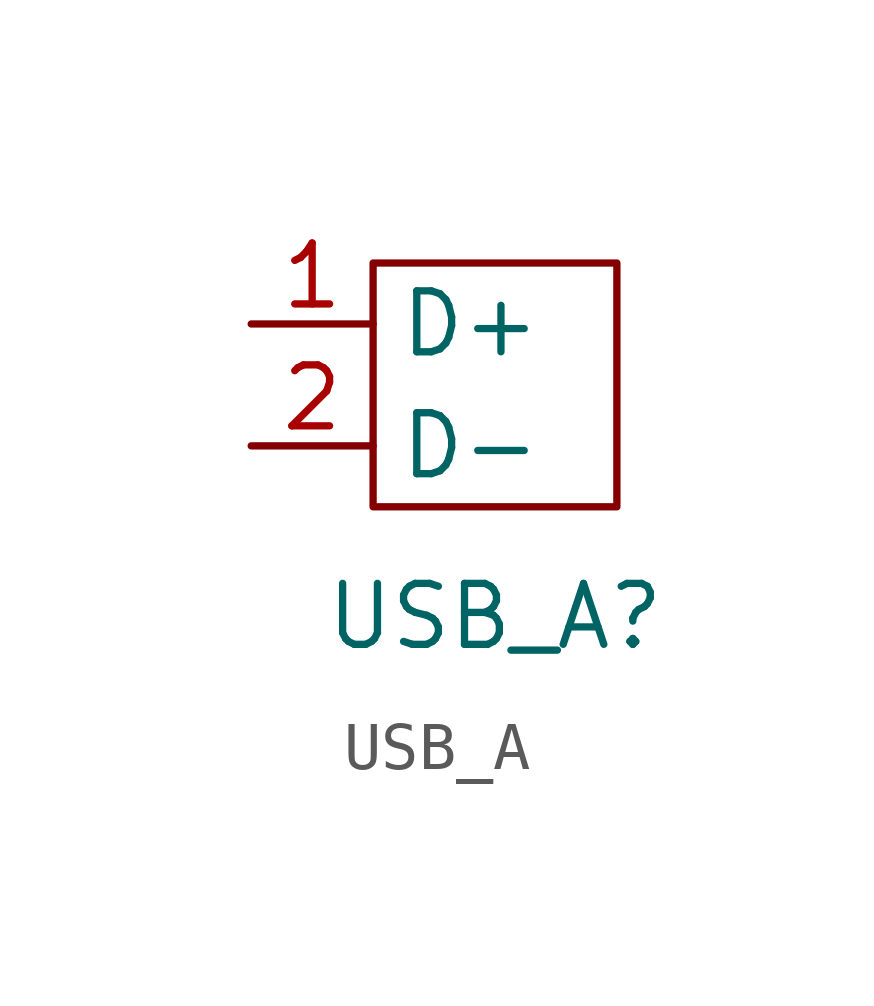
<source format=kicad_sym>
(kicad_symbol_lib
  (version 20231120)
  (generator "kicad_symbol_editor")
  (generator_version "8.0")
  (symbol "USB_A"
    (property "Reference" "USB_A"
      (at 0 -4.826 0)
      (effects (font (size 1.27 1.27))))
    (property "Value" ""
      (at 0 0 0)
      (effects (font (size 1.27 1.27))))
    (symbol "USB_A_0_1"
      (rectangle (start -2.54 2.54) (end 2.54 -2.54) (stroke (width 0) (type default)) (fill (type none))))
    (symbol "USB_A_1_1"
      (pin bidirectional line (at -5.08 1.27 0) (length 2.54) (name "D+" (effects (font (size 1.27 1.27)))) (number "1" (effects (font (size 1.27 1.27)))))
      (pin bidirectional line (at -5.08 -1.27 0) (length 2.54) (name "D-" (effects (font (size 1.27 1.27)))) (number "2" (effects (font (size 1.27 1.27))))))))
</source>
